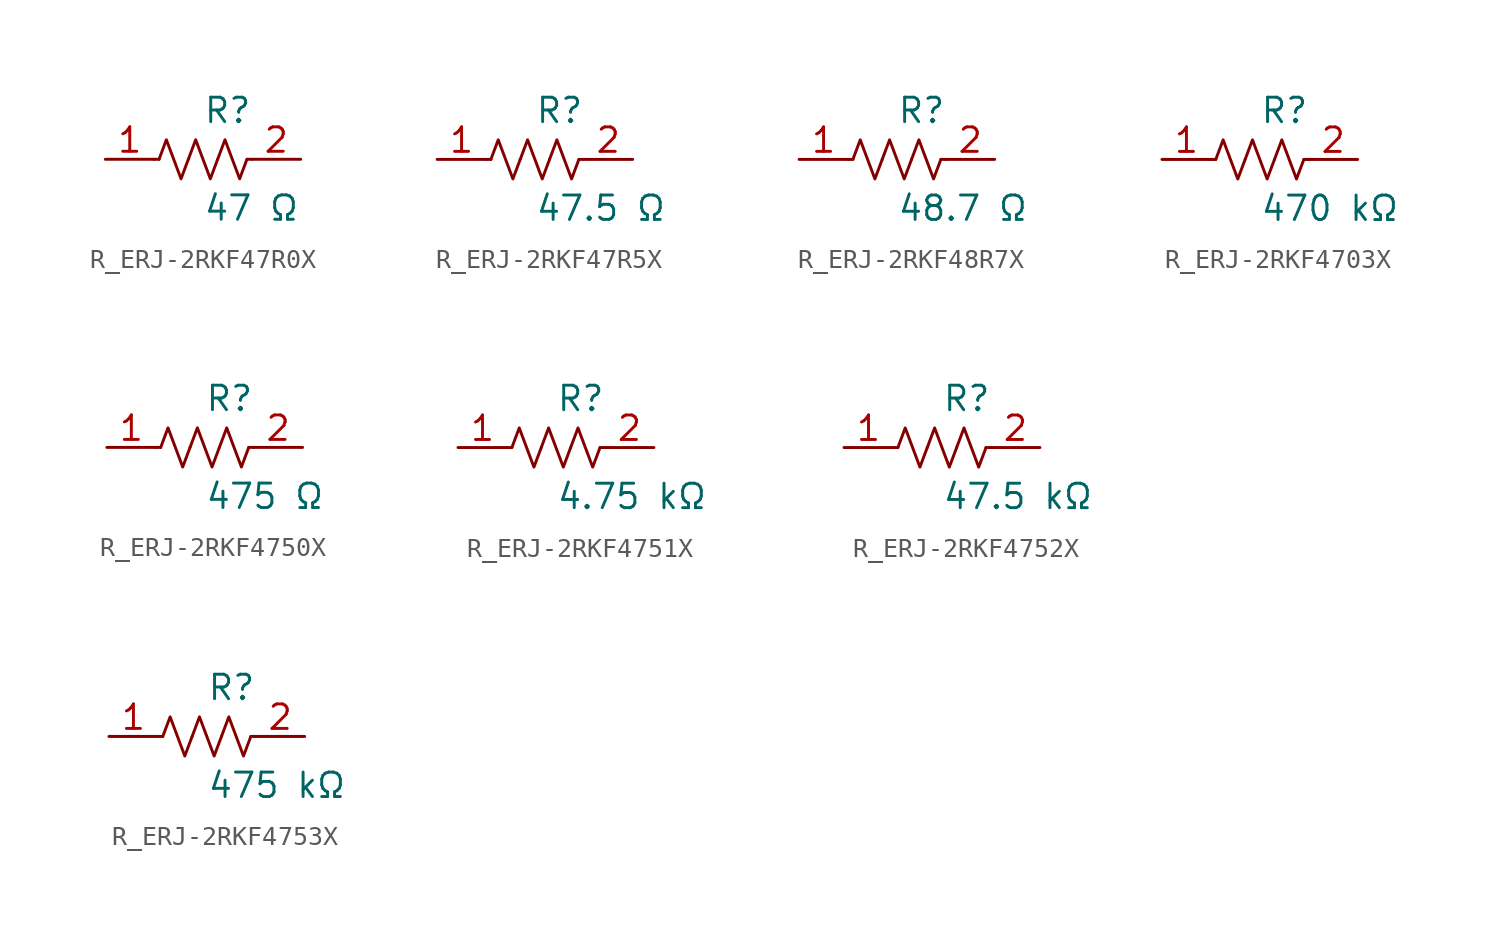
<source format=kicad_sym>
(kicad_symbol_lib
  (version 20231120)
  (generator kicad_symbol_editor)
  (generator_version 8.0)
  (symbol "R_ERJ-2RKF47R0X"
    (pin_names
      (offset 0.254))
    (property "Reference" "R"
      (at 0 2.54 0)
      (effects (font (size 1.27 1.27)) (justify left)))
    (property "Value" "47 Ω"
      (at 0 -2.54 0)
      (effects (font (size 1.27 1.27)) (justify left)))
    (symbol "R_ERJ-2RKF47R0X_0_1"
      (polyline (pts (xy 2.286 0) (xy 2.54 0)) (stroke (width 0) (type default)) (fill (type none)))
      (polyline (pts (xy -2.286 0) (xy -2.54 0)) (stroke (width 0) (type default)) (fill (type none)))
      (polyline (pts (xy 0.762 0) (xy 1.143 1.016) (xy 1.524 0) (xy 1.905 -1.016) (xy 2.286 0)) (stroke (width 0) (type default)) (fill (type none)))
      (polyline (pts (xy -0.762 0) (xy -0.381 1.016) (xy 0 0) (xy 0.381 -1.016) (xy 0.762 0)) (stroke (width 0) (type default)) (fill (type none)))
      (polyline (pts (xy -2.286 0) (xy -1.905 1.016) (xy -1.524 0) (xy -1.143 -1.016) (xy -0.762 0)) (stroke (width 0) (type default)) (fill (type none))))
    (pin passive line
      (at -5.08 0 0)
      (length 2.54)
      (name "" (effects (font (size 1.27 1.27))))
      (number "1" (effects (font (size 1.27 1.27)))))
    (pin passive line
      (at 5.08 0 180)
      (length 2.54)
      (name "" (effects (font (size 1.27 1.27))))
      (number "2" (effects (font (size 1.27 1.27))))))
  (symbol "R_ERJ-2RKF47R5X"
    (pin_names
      (offset 0.254))
    (property "Reference" "R"
      (at 0 2.54 0)
      (effects (font (size 1.27 1.27)) (justify left)))
    (property "Value" "47.5 Ω"
      (at 0 -2.54 0)
      (effects (font (size 1.27 1.27)) (justify left)))
    (symbol "R_ERJ-2RKF47R5X_0_1"
      (polyline (pts (xy 2.286 0) (xy 2.54 0)) (stroke (width 0) (type default)) (fill (type none)))
      (polyline (pts (xy -2.286 0) (xy -2.54 0)) (stroke (width 0) (type default)) (fill (type none)))
      (polyline (pts (xy 0.762 0) (xy 1.143 1.016) (xy 1.524 0) (xy 1.905 -1.016) (xy 2.286 0)) (stroke (width 0) (type default)) (fill (type none)))
      (polyline (pts (xy -0.762 0) (xy -0.381 1.016) (xy 0 0) (xy 0.381 -1.016) (xy 0.762 0)) (stroke (width 0) (type default)) (fill (type none)))
      (polyline (pts (xy -2.286 0) (xy -1.905 1.016) (xy -1.524 0) (xy -1.143 -1.016) (xy -0.762 0)) (stroke (width 0) (type default)) (fill (type none))))
    (pin passive line
      (at -5.08 0 0)
      (length 2.54)
      (name "" (effects (font (size 1.27 1.27))))
      (number "1" (effects (font (size 1.27 1.27)))))
    (pin passive line
      (at 5.08 0 180)
      (length 2.54)
      (name "" (effects (font (size 1.27 1.27))))
      (number "2" (effects (font (size 1.27 1.27))))))
  (symbol "R_ERJ-2RKF48R7X"
    (pin_names
      (offset 0.254))
    (property "Reference" "R"
      (at 0 2.54 0)
      (effects (font (size 1.27 1.27)) (justify left)))
    (property "Value" "48.7 Ω"
      (at 0 -2.54 0)
      (effects (font (size 1.27 1.27)) (justify left)))
    (symbol "R_ERJ-2RKF48R7X_0_1"
      (polyline (pts (xy 2.286 0) (xy 2.54 0)) (stroke (width 0) (type default)) (fill (type none)))
      (polyline (pts (xy -2.286 0) (xy -2.54 0)) (stroke (width 0) (type default)) (fill (type none)))
      (polyline (pts (xy 0.762 0) (xy 1.143 1.016) (xy 1.524 0) (xy 1.905 -1.016) (xy 2.286 0)) (stroke (width 0) (type default)) (fill (type none)))
      (polyline (pts (xy -0.762 0) (xy -0.381 1.016) (xy 0 0) (xy 0.381 -1.016) (xy 0.762 0)) (stroke (width 0) (type default)) (fill (type none)))
      (polyline (pts (xy -2.286 0) (xy -1.905 1.016) (xy -1.524 0) (xy -1.143 -1.016) (xy -0.762 0)) (stroke (width 0) (type default)) (fill (type none))))
    (pin passive line
      (at -5.08 0 0)
      (length 2.54)
      (name "" (effects (font (size 1.27 1.27))))
      (number "1" (effects (font (size 1.27 1.27)))))
    (pin passive line
      (at 5.08 0 180)
      (length 2.54)
      (name "" (effects (font (size 1.27 1.27))))
      (number "2" (effects (font (size 1.27 1.27))))))
  (symbol "R_ERJ-2RKF4703X"
    (pin_names
      (offset 0.254))
    (property "Reference" "R"
      (at 0 2.54 0)
      (effects (font (size 1.27 1.27)) (justify left)))
    (property "Value" "470 kΩ"
      (at 0 -2.54 0)
      (effects (font (size 1.27 1.27)) (justify left)))
    (symbol "R_ERJ-2RKF4703X_0_1"
      (polyline (pts (xy 2.286 0) (xy 2.54 0)) (stroke (width 0) (type default)) (fill (type none)))
      (polyline (pts (xy -2.286 0) (xy -2.54 0)) (stroke (width 0) (type default)) (fill (type none)))
      (polyline (pts (xy 0.762 0) (xy 1.143 1.016) (xy 1.524 0) (xy 1.905 -1.016) (xy 2.286 0)) (stroke (width 0) (type default)) (fill (type none)))
      (polyline (pts (xy -0.762 0) (xy -0.381 1.016) (xy 0 0) (xy 0.381 -1.016) (xy 0.762 0)) (stroke (width 0) (type default)) (fill (type none)))
      (polyline (pts (xy -2.286 0) (xy -1.905 1.016) (xy -1.524 0) (xy -1.143 -1.016) (xy -0.762 0)) (stroke (width 0) (type default)) (fill (type none))))
    (pin passive line
      (at -5.08 0 0)
      (length 2.54)
      (name "" (effects (font (size 1.27 1.27))))
      (number "1" (effects (font (size 1.27 1.27)))))
    (pin passive line
      (at 5.08 0 180)
      (length 2.54)
      (name "" (effects (font (size 1.27 1.27))))
      (number "2" (effects (font (size 1.27 1.27))))))
  (symbol "R_ERJ-2RKF4750X"
    (pin_names
      (offset 0.254))
    (property "Reference" "R"
      (at 0 2.54 0)
      (effects (font (size 1.27 1.27)) (justify left)))
    (property "Value" "475 Ω"
      (at 0 -2.54 0)
      (effects (font (size 1.27 1.27)) (justify left)))
    (symbol "R_ERJ-2RKF4750X_0_1"
      (polyline (pts (xy 2.286 0) (xy 2.54 0)) (stroke (width 0) (type default)) (fill (type none)))
      (polyline (pts (xy -2.286 0) (xy -2.54 0)) (stroke (width 0) (type default)) (fill (type none)))
      (polyline (pts (xy 0.762 0) (xy 1.143 1.016) (xy 1.524 0) (xy 1.905 -1.016) (xy 2.286 0)) (stroke (width 0) (type default)) (fill (type none)))
      (polyline (pts (xy -0.762 0) (xy -0.381 1.016) (xy 0 0) (xy 0.381 -1.016) (xy 0.762 0)) (stroke (width 0) (type default)) (fill (type none)))
      (polyline (pts (xy -2.286 0) (xy -1.905 1.016) (xy -1.524 0) (xy -1.143 -1.016) (xy -0.762 0)) (stroke (width 0) (type default)) (fill (type none))))
    (pin passive line
      (at -5.08 0 0)
      (length 2.54)
      (name "" (effects (font (size 1.27 1.27))))
      (number "1" (effects (font (size 1.27 1.27)))))
    (pin passive line
      (at 5.08 0 180)
      (length 2.54)
      (name "" (effects (font (size 1.27 1.27))))
      (number "2" (effects (font (size 1.27 1.27))))))
  (symbol "R_ERJ-2RKF4751X"
    (pin_names
      (offset 0.254))
    (property "Reference" "R"
      (at 0 2.54 0)
      (effects (font (size 1.27 1.27)) (justify left)))
    (property "Value" "4.75 kΩ"
      (at 0 -2.54 0)
      (effects (font (size 1.27 1.27)) (justify left)))
    (symbol "R_ERJ-2RKF4751X_0_1"
      (polyline (pts (xy 2.286 0) (xy 2.54 0)) (stroke (width 0) (type default)) (fill (type none)))
      (polyline (pts (xy -2.286 0) (xy -2.54 0)) (stroke (width 0) (type default)) (fill (type none)))
      (polyline (pts (xy 0.762 0) (xy 1.143 1.016) (xy 1.524 0) (xy 1.905 -1.016) (xy 2.286 0)) (stroke (width 0) (type default)) (fill (type none)))
      (polyline (pts (xy -0.762 0) (xy -0.381 1.016) (xy 0 0) (xy 0.381 -1.016) (xy 0.762 0)) (stroke (width 0) (type default)) (fill (type none)))
      (polyline (pts (xy -2.286 0) (xy -1.905 1.016) (xy -1.524 0) (xy -1.143 -1.016) (xy -0.762 0)) (stroke (width 0) (type default)) (fill (type none))))
    (pin passive line
      (at -5.08 0 0)
      (length 2.54)
      (name "" (effects (font (size 1.27 1.27))))
      (number "1" (effects (font (size 1.27 1.27)))))
    (pin passive line
      (at 5.08 0 180)
      (length 2.54)
      (name "" (effects (font (size 1.27 1.27))))
      (number "2" (effects (font (size 1.27 1.27))))))
  (symbol "R_ERJ-2RKF4752X"
    (pin_names
      (offset 0.254))
    (property "Reference" "R"
      (at 0 2.54 0)
      (effects (font (size 1.27 1.27)) (justify left)))
    (property "Value" "47.5 kΩ"
      (at 0 -2.54 0)
      (effects (font (size 1.27 1.27)) (justify left)))
    (symbol "R_ERJ-2RKF4752X_0_1"
      (polyline (pts (xy 2.286 0) (xy 2.54 0)) (stroke (width 0) (type default)) (fill (type none)))
      (polyline (pts (xy -2.286 0) (xy -2.54 0)) (stroke (width 0) (type default)) (fill (type none)))
      (polyline (pts (xy 0.762 0) (xy 1.143 1.016) (xy 1.524 0) (xy 1.905 -1.016) (xy 2.286 0)) (stroke (width 0) (type default)) (fill (type none)))
      (polyline (pts (xy -0.762 0) (xy -0.381 1.016) (xy 0 0) (xy 0.381 -1.016) (xy 0.762 0)) (stroke (width 0) (type default)) (fill (type none)))
      (polyline (pts (xy -2.286 0) (xy -1.905 1.016) (xy -1.524 0) (xy -1.143 -1.016) (xy -0.762 0)) (stroke (width 0) (type default)) (fill (type none))))
    (pin passive line
      (at -5.08 0 0)
      (length 2.54)
      (name "" (effects (font (size 1.27 1.27))))
      (number "1" (effects (font (size 1.27 1.27)))))
    (pin passive line
      (at 5.08 0 180)
      (length 2.54)
      (name "" (effects (font (size 1.27 1.27))))
      (number "2" (effects (font (size 1.27 1.27))))))
  (symbol "R_ERJ-2RKF4753X"
    (pin_names
      (offset 0.254))
    (property "Reference" "R"
      (at 0 2.54 0)
      (effects (font (size 1.27 1.27)) (justify left)))
    (property "Value" "475 kΩ"
      (at 0 -2.54 0)
      (effects (font (size 1.27 1.27)) (justify left)))
    (symbol "R_ERJ-2RKF4753X_0_1"
      (polyline (pts (xy 2.286 0) (xy 2.54 0)) (stroke (width 0) (type default)) (fill (type none)))
      (polyline (pts (xy -2.286 0) (xy -2.54 0)) (stroke (width 0) (type default)) (fill (type none)))
      (polyline (pts (xy 0.762 0) (xy 1.143 1.016) (xy 1.524 0) (xy 1.905 -1.016) (xy 2.286 0)) (stroke (width 0) (type default)) (fill (type none)))
      (polyline (pts (xy -0.762 0) (xy -0.381 1.016) (xy 0 0) (xy 0.381 -1.016) (xy 0.762 0)) (stroke (width 0) (type default)) (fill (type none)))
      (polyline (pts (xy -2.286 0) (xy -1.905 1.016) (xy -1.524 0) (xy -1.143 -1.016) (xy -0.762 0)) (stroke (width 0) (type default)) (fill (type none))))
    (pin passive line
      (at -5.08 0 0)
      (length 2.54)
      (name "" (effects (font (size 1.27 1.27))))
      (number "1" (effects (font (size 1.27 1.27)))))
    (pin passive line
      (at 5.08 0 180)
      (length 2.54)
      (name "" (effects (font (size 1.27 1.27))))
      (number "2" (effects (font (size 1.27 1.27)))))))
</source>
